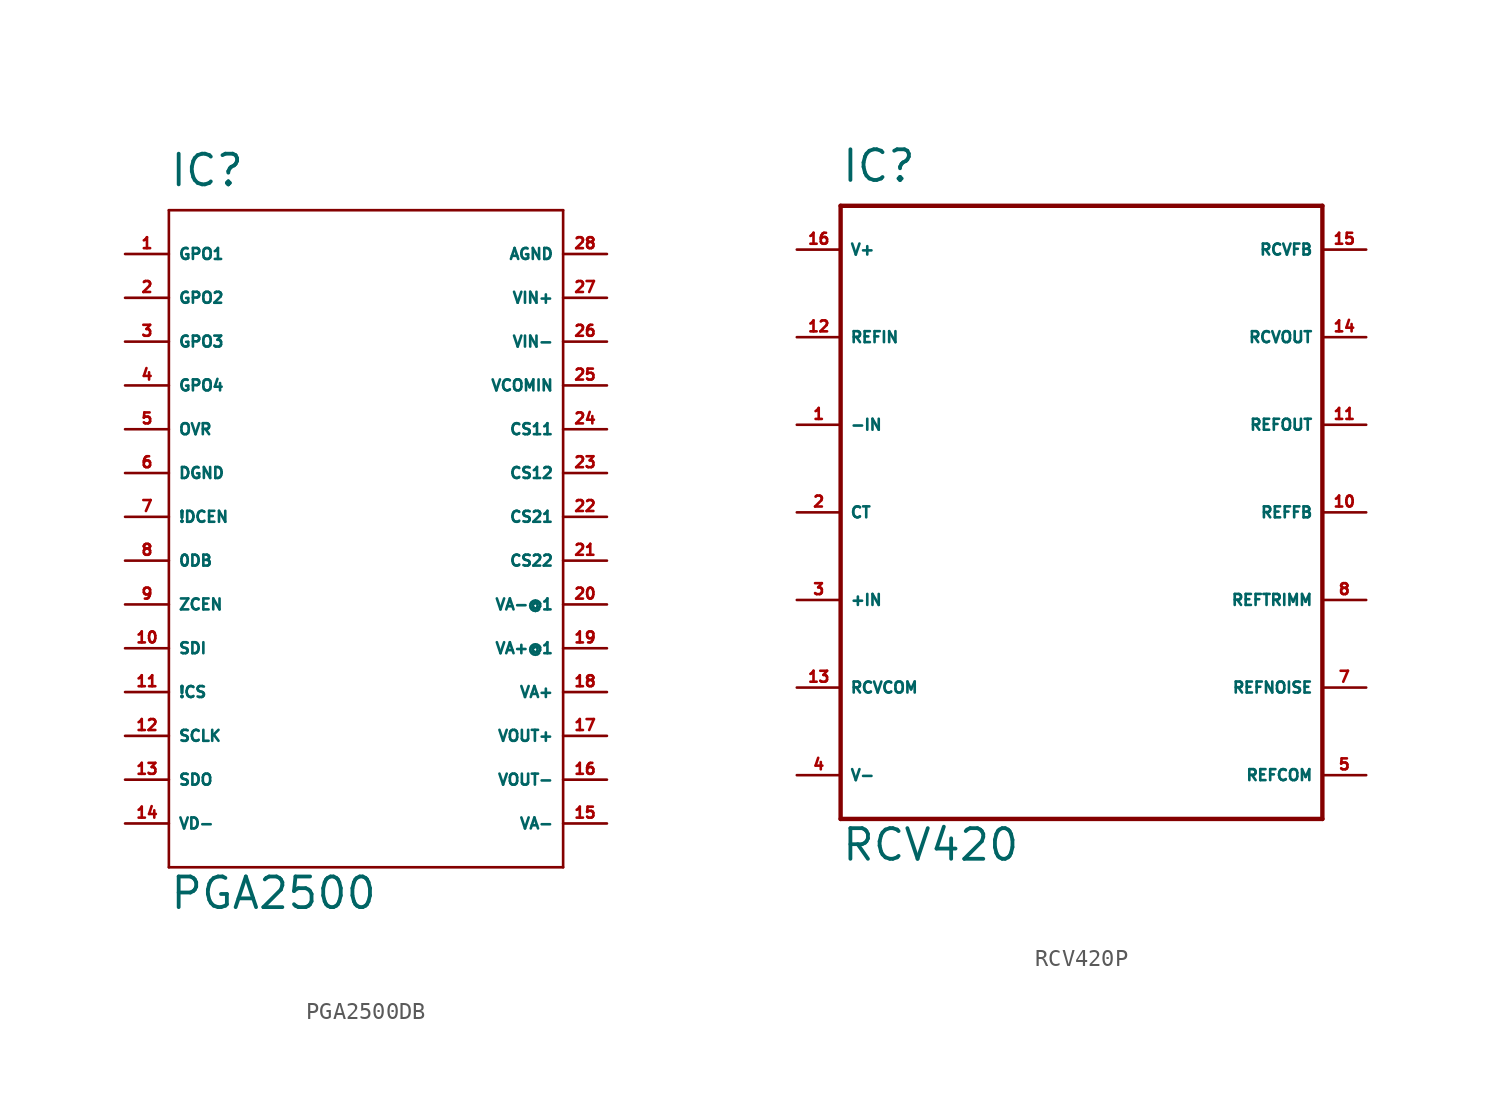
<source format=kicad_sym>
(kicad_symbol_lib
  (version 20220914)
  (generator Eagle2Kicad)
  (symbol "PGA2500DB"
    (property "Reference" "IC"
      (at -10.16 19.05 0)
      (effects (font (size 1.778 1.778) (thickness 0.22)) (justify left bottom)))
    (property "Value" "PGA2500"
      (at -10.16 -22.86 0)
      (effects (font (size 1.778 1.778) (thickness 0.22)) (justify left bottom)))
    (polyline
      (pts (xy -10.16 -20.32) (xy 12.7 -20.32))
      (stroke (width 0.152) (type default))
      (fill (type none)))
    (polyline
      (pts (xy 12.7 -20.32) (xy 12.7 17.78))
      (stroke (width 0.152) (type default))
      (fill (type none)))
    (polyline
      (pts (xy 12.7 17.78) (xy -10.16 17.78))
      (stroke (width 0.152) (type default))
      (fill (type none)))
    (polyline
      (pts (xy -10.16 17.78) (xy -10.16 -20.32))
      (stroke (width 0.152) (type default))
      (fill (type none)))
    (pin output line
      (at -12.7 15.24 0)
      (length 2.54)
      (name "GPO1" (effects (font (size 0.635 0.635) (thickness 0.08)) (justify left bottom)))
      (number "1" (effects (font (size 0.635 0.635) (thickness 0.08)) (justify left bottom))))
    (pin output line
      (at -12.7 12.7 0)
      (length 2.54)
      (name "GPO2" (effects (font (size 0.635 0.635) (thickness 0.08)) (justify left bottom)))
      (number "2" (effects (font (size 0.635 0.635) (thickness 0.08)) (justify left bottom))))
    (pin output line
      (at -12.7 10.16 0)
      (length 2.54)
      (name "GPO3" (effects (font (size 0.635 0.635) (thickness 0.08)) (justify left bottom)))
      (number "3" (effects (font (size 0.635 0.635) (thickness 0.08)) (justify left bottom))))
    (pin output line
      (at -12.7 7.62 0)
      (length 2.54)
      (name "GPO4" (effects (font (size 0.635 0.635) (thickness 0.08)) (justify left bottom)))
      (number "4" (effects (font (size 0.635 0.635) (thickness 0.08)) (justify left bottom))))
    (pin output line
      (at -12.7 5.08 0)
      (length 2.54)
      (name "OVR" (effects (font (size 0.635 0.635) (thickness 0.08)) (justify left bottom)))
      (number "5" (effects (font (size 0.635 0.635) (thickness 0.08)) (justify left bottom))))
    (pin unspecified line
      (at -12.7 2.54 0)
      (length 2.54)
      (name "DGND" (effects (font (size 0.635 0.635) (thickness 0.08)) (justify left bottom)))
      (number "6" (effects (font (size 0.635 0.635) (thickness 0.08)) (justify left bottom))))
    (pin input line
      (at -12.7 0 0)
      (length 2.54)
      (name "!DCEN" (effects (font (size 0.635 0.635) (thickness 0.08)) (justify left bottom)))
      (number "7" (effects (font (size 0.635 0.635) (thickness 0.08)) (justify left bottom))))
    (pin input line
      (at -12.7 -2.54 0)
      (length 2.54)
      (name "0DB" (effects (font (size 0.635 0.635) (thickness 0.08)) (justify left bottom)))
      (number "8" (effects (font (size 0.635 0.635) (thickness 0.08)) (justify left bottom))))
    (pin input line
      (at -12.7 -5.08 0)
      (length 2.54)
      (name "ZCEN" (effects (font (size 0.635 0.635) (thickness 0.08)) (justify left bottom)))
      (number "9" (effects (font (size 0.635 0.635) (thickness 0.08)) (justify left bottom))))
    (pin input line
      (at -12.7 -7.62 0)
      (length 2.54)
      (name "SDI" (effects (font (size 0.635 0.635) (thickness 0.08)) (justify left bottom)))
      (number "10" (effects (font (size 0.635 0.635) (thickness 0.08)) (justify left bottom))))
    (pin input line
      (at -12.7 -10.16 0)
      (length 2.54)
      (name "!CS" (effects (font (size 0.635 0.635) (thickness 0.08)) (justify left bottom)))
      (number "11" (effects (font (size 0.635 0.635) (thickness 0.08)) (justify left bottom))))
    (pin input line
      (at -12.7 -12.7 0)
      (length 2.54)
      (name "SCLK" (effects (font (size 0.635 0.635) (thickness 0.08)) (justify left bottom)))
      (number "12" (effects (font (size 0.635 0.635) (thickness 0.08)) (justify left bottom))))
    (pin output line
      (at -12.7 -15.24 0)
      (length 2.54)
      (name "SDO" (effects (font (size 0.635 0.635) (thickness 0.08)) (justify left bottom)))
      (number "13" (effects (font (size 0.635 0.635) (thickness 0.08)) (justify left bottom))))
    (pin unspecified line
      (at -12.7 -17.78 0)
      (length 2.54)
      (name "VD-" (effects (font (size 0.635 0.635) (thickness 0.08)) (justify left bottom)))
      (number "14" (effects (font (size 0.635 0.635) (thickness 0.08)) (justify left bottom))))
    (pin unspecified line
      (at 15.24 -17.78 180)
      (length 2.54)
      (name "VA-" (effects (font (size 0.635 0.635) (thickness 0.08)) (justify left bottom)))
      (number "15" (effects (font (size 0.635 0.635) (thickness 0.08)) (justify left bottom))))
    (pin output line
      (at 15.24 -15.24 180)
      (length 2.54)
      (name "VOUT-" (effects (font (size 0.635 0.635) (thickness 0.08)) (justify left bottom)))
      (number "16" (effects (font (size 0.635 0.635) (thickness 0.08)) (justify left bottom))))
    (pin output line
      (at 15.24 -12.7 180)
      (length 2.54)
      (name "VOUT+" (effects (font (size 0.635 0.635) (thickness 0.08)) (justify left bottom)))
      (number "17" (effects (font (size 0.635 0.635) (thickness 0.08)) (justify left bottom))))
    (pin unspecified line
      (at 15.24 -10.16 180)
      (length 2.54)
      (name "VA+" (effects (font (size 0.635 0.635) (thickness 0.08)) (justify left bottom)))
      (number "18" (effects (font (size 0.635 0.635) (thickness 0.08)) (justify left bottom))))
    (pin unspecified line
      (at 15.24 -7.62 180)
      (length 2.54)
      (name "VA+@1" (effects (font (size 0.635 0.635) (thickness 0.08)) (justify left bottom)))
      (number "19" (effects (font (size 0.635 0.635) (thickness 0.08)) (justify left bottom))))
    (pin unspecified line
      (at 15.24 -5.08 180)
      (length 2.54)
      (name "VA-@1" (effects (font (size 0.635 0.635) (thickness 0.08)) (justify left bottom)))
      (number "20" (effects (font (size 0.635 0.635) (thickness 0.08)) (justify left bottom))))
    (pin passive line
      (at 15.24 -2.54 180)
      (length 2.54)
      (name "CS22" (effects (font (size 0.635 0.635) (thickness 0.08)) (justify left bottom)))
      (number "21" (effects (font (size 0.635 0.635) (thickness 0.08)) (justify left bottom))))
    (pin passive line
      (at 15.24 0 180)
      (length 2.54)
      (name "CS21" (effects (font (size 0.635 0.635) (thickness 0.08)) (justify left bottom)))
      (number "22" (effects (font (size 0.635 0.635) (thickness 0.08)) (justify left bottom))))
    (pin passive line
      (at 15.24 2.54 180)
      (length 2.54)
      (name "CS12" (effects (font (size 0.635 0.635) (thickness 0.08)) (justify left bottom)))
      (number "23" (effects (font (size 0.635 0.635) (thickness 0.08)) (justify left bottom))))
    (pin passive line
      (at 15.24 5.08 180)
      (length 2.54)
      (name "CS11" (effects (font (size 0.635 0.635) (thickness 0.08)) (justify left bottom)))
      (number "24" (effects (font (size 0.635 0.635) (thickness 0.08)) (justify left bottom))))
    (pin unspecified line
      (at 15.24 7.62 180)
      (length 2.54)
      (name "VCOMIN" (effects (font (size 0.635 0.635) (thickness 0.08)) (justify left bottom)))
      (number "25" (effects (font (size 0.635 0.635) (thickness 0.08)) (justify left bottom))))
    (pin input line
      (at 15.24 10.16 180)
      (length 2.54)
      (name "VIN-" (effects (font (size 0.635 0.635) (thickness 0.08)) (justify left bottom)))
      (number "26" (effects (font (size 0.635 0.635) (thickness 0.08)) (justify left bottom))))
    (pin input line
      (at 15.24 12.7 180)
      (length 2.54)
      (name "VIN+" (effects (font (size 0.635 0.635) (thickness 0.08)) (justify left bottom)))
      (number "27" (effects (font (size 0.635 0.635) (thickness 0.08)) (justify left bottom))))
    (pin unspecified line
      (at 15.24 15.24 180)
      (length 2.54)
      (name "AGND" (effects (font (size 0.635 0.635) (thickness 0.08)) (justify left bottom)))
      (number "28" (effects (font (size 0.635 0.635) (thickness 0.08)) (justify left bottom)))))
  (symbol "RCV420P"
    (property "Reference" "IC"
      (at -12.7 19.05 0)
      (effects (font (size 1.778 1.778) (thickness 0.22)) (justify left bottom)))
    (property "Value" "RCV420"
      (at -12.7 -20.32 0)
      (effects (font (size 1.778 1.778) (thickness 0.22)) (justify left bottom)))
    (polyline
      (pts (xy -12.7 17.78) (xy 15.24 17.78))
      (stroke (width 0.254) (type default))
      (fill (type none)))
    (polyline
      (pts (xy 15.24 17.78) (xy 15.24 -17.78))
      (stroke (width 0.254) (type default))
      (fill (type none)))
    (polyline
      (pts (xy 15.24 -17.78) (xy -12.7 -17.78))
      (stroke (width 0.254) (type default))
      (fill (type none)))
    (polyline
      (pts (xy -12.7 -17.78) (xy -12.7 17.78))
      (stroke (width 0.254) (type default))
      (fill (type none)))
    (pin input line
      (at -15.24 5.08 0)
      (length 2.54)
      (name "-IN" (effects (font (size 0.635 0.635) (thickness 0.08)) (justify left bottom)))
      (number "1" (effects (font (size 0.635 0.635) (thickness 0.08)) (justify left bottom))))
    (pin input line
      (at -15.24 -5.08 0)
      (length 2.54)
      (name "+IN" (effects (font (size 0.635 0.635) (thickness 0.08)) (justify left bottom)))
      (number "3" (effects (font (size 0.635 0.635) (thickness 0.08)) (justify left bottom))))
    (pin input line
      (at -15.24 0 0)
      (length 2.54)
      (name "CT" (effects (font (size 0.635 0.635) (thickness 0.08)) (justify left bottom)))
      (number "2" (effects (font (size 0.635 0.635) (thickness 0.08)) (justify left bottom))))
    (pin input line
      (at -15.24 -10.16 0)
      (length 2.54)
      (name "RCVCOM" (effects (font (size 0.635 0.635) (thickness 0.08)) (justify left bottom)))
      (number "13" (effects (font (size 0.635 0.635) (thickness 0.08)) (justify left bottom))))
    (pin input line
      (at 17.78 -15.24 180)
      (length 2.54)
      (name "REFCOM" (effects (font (size 0.635 0.635) (thickness 0.08)) (justify left bottom)))
      (number "5" (effects (font (size 0.635 0.635) (thickness 0.08)) (justify left bottom))))
    (pin input line
      (at -15.24 15.24 0)
      (length 2.54)
      (name "V+" (effects (font (size 0.635 0.635) (thickness 0.08)) (justify left bottom)))
      (number "16" (effects (font (size 0.635 0.635) (thickness 0.08)) (justify left bottom))))
    (pin input line
      (at -15.24 -15.24 0)
      (length 2.54)
      (name "V-" (effects (font (size 0.635 0.635) (thickness 0.08)) (justify left bottom)))
      (number "4" (effects (font (size 0.635 0.635) (thickness 0.08)) (justify left bottom))))
    (pin input line
      (at -15.24 10.16 0)
      (length 2.54)
      (name "REFIN" (effects (font (size 0.635 0.635) (thickness 0.08)) (justify left bottom)))
      (number "12" (effects (font (size 0.635 0.635) (thickness 0.08)) (justify left bottom))))
    (pin input line
      (at 17.78 15.24 180)
      (length 2.54)
      (name "RCVFB" (effects (font (size 0.635 0.635) (thickness 0.08)) (justify left bottom)))
      (number "15" (effects (font (size 0.635 0.635) (thickness 0.08)) (justify left bottom))))
    (pin output line
      (at 17.78 10.16 180)
      (length 2.54)
      (name "RCVOUT" (effects (font (size 0.635 0.635) (thickness 0.08)) (justify left bottom)))
      (number "14" (effects (font (size 0.635 0.635) (thickness 0.08)) (justify left bottom))))
    (pin output line
      (at 17.78 5.08 180)
      (length 2.54)
      (name "REFOUT" (effects (font (size 0.635 0.635) (thickness 0.08)) (justify left bottom)))
      (number "11" (effects (font (size 0.635 0.635) (thickness 0.08)) (justify left bottom))))
    (pin input line
      (at 17.78 0 180)
      (length 2.54)
      (name "REFFB" (effects (font (size 0.635 0.635) (thickness 0.08)) (justify left bottom)))
      (number "10" (effects (font (size 0.635 0.635) (thickness 0.08)) (justify left bottom))))
    (pin input line
      (at 17.78 -5.08 180)
      (length 2.54)
      (name "REFTRIMM" (effects (font (size 0.635 0.635) (thickness 0.08)) (justify left bottom)))
      (number "8" (effects (font (size 0.635 0.635) (thickness 0.08)) (justify left bottom))))
    (pin input line
      (at 17.78 -10.16 180)
      (length 2.54)
      (name "REFNOISE" (effects (font (size 0.635 0.635) (thickness 0.08)) (justify left bottom)))
      (number "7" (effects (font (size 0.635 0.635) (thickness 0.08)) (justify left bottom))))))
</source>
